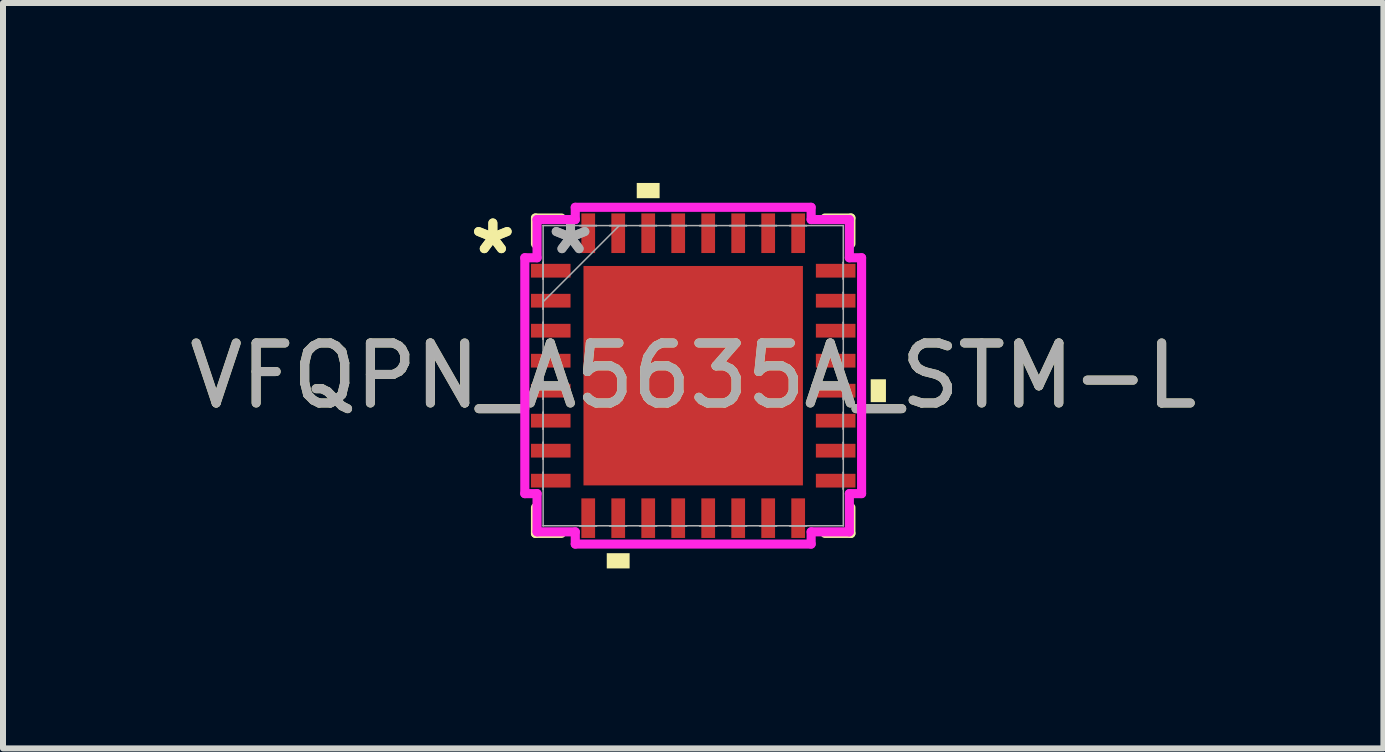
<source format=kicad_pcb>
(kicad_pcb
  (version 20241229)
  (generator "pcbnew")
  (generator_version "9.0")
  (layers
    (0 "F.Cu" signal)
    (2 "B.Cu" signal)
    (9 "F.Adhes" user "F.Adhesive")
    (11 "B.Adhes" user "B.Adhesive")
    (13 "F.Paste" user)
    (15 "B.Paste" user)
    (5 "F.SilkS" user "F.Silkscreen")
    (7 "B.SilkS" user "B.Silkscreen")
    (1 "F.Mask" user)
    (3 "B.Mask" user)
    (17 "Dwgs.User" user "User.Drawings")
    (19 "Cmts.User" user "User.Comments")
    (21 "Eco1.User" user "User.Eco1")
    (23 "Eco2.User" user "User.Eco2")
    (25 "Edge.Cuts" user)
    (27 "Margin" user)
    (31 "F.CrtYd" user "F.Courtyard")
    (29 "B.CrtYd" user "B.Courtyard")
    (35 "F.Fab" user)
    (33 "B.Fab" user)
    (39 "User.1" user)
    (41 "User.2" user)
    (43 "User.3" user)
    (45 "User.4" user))
  (footprint "VFQPN_A5635A_STM-L"
    (layer "F.Cu")
    (at 8.506 3.213)
    (property "Reference" "VFQPN_A5635A_STM-L" (at 0 0 0) (unlocked yes) (layer "F.SilkS") (effects (font (size 1 1) (thickness 0.15))))
    (attr smd)
    (fp_line (start -2.629 -2.629) (end -2.629 -2.197) (stroke (width 0.152) (type solid)) (layer "F.SilkS"))
    (fp_line (start -2.629 2.197) (end -2.629 2.629) (stroke (width 0.152) (type solid)) (layer "F.SilkS"))
    (fp_line (start -2.629 2.629) (end -2.197 2.629) (stroke (width 0.152) (type solid)) (layer "F.SilkS"))
    (fp_line (start -2.197 -2.629) (end -2.629 -2.629) (stroke (width 0.152) (type solid)) (layer "F.SilkS"))
    (fp_line (start 2.197 2.629) (end 2.629 2.629) (stroke (width 0.152) (type solid)) (layer "F.SilkS"))
    (fp_line (start 2.629 -2.629) (end 2.197 -2.629) (stroke (width 0.152) (type solid)) (layer "F.SilkS"))
    (fp_line (start 2.629 -2.197) (end 2.629 -2.629) (stroke (width 0.152) (type solid)) (layer "F.SilkS"))
    (fp_line (start 2.629 2.629) (end 2.629 2.197) (stroke (width 0.152) (type solid)) (layer "F.SilkS"))
    (fp_poly (pts (xy -1.441 2.959) (xy -1.441 3.213) (xy -1.06 3.213) (xy -1.06 2.959)) (stroke (width 0) (type solid)) (fill yes) (layer "F.SilkS"))
    (fp_poly (pts (xy -0.941 -2.959) (xy -0.941 -3.213) (xy -0.56 -3.213) (xy -0.56 -2.959)) (stroke (width 0) (type solid)) (fill yes) (layer "F.SilkS"))
    (fp_poly (pts (xy 3.213 0.06) (xy 3.213 0.441) (xy 2.959 0.441) (xy 2.959 0.06)) (stroke (width 0) (type solid)) (fill yes) (layer "F.SilkS"))
    (fp_poly (pts (xy -1.729 -1.729) (xy -1.729 -0.1) (xy -0.1 -0.1) (xy -0.1 -1.729)) (stroke (width 0) (type solid)) (fill yes) (layer "F.Paste"))
    (fp_poly (pts (xy -1.729 0.1) (xy -1.729 1.729) (xy -0.1 1.729) (xy -0.1 0.1)) (stroke (width 0) (type solid)) (fill yes) (layer "F.Paste"))
    (fp_poly (pts (xy 0.1 -1.729) (xy 0.1 -0.1) (xy 1.729 -0.1) (xy 1.729 -1.729)) (stroke (width 0) (type solid)) (fill yes) (layer "F.Paste"))
    (fp_poly (pts (xy 0.1 0.1) (xy 0.1 1.729) (xy 1.729 1.729) (xy 1.729 0.1)) (stroke (width 0) (type solid)) (fill yes) (layer "F.Paste"))
    (fp_line (start -2.807 -1.966) (end -2.603 -1.966) (stroke (width 0.152) (type solid)) (layer "F.CrtYd"))
    (fp_line (start -2.807 1.966) (end -2.807 -1.966) (stroke (width 0.152) (type solid)) (layer "F.CrtYd"))
    (fp_line (start -2.603 -2.603) (end -1.966 -2.603) (stroke (width 0.152) (type solid)) (layer "F.CrtYd"))
    (fp_line (start -2.603 -1.966) (end -2.603 -2.603) (stroke (width 0.152) (type solid)) (layer "F.CrtYd"))
    (fp_line (start -2.603 1.966) (end -2.807 1.966) (stroke (width 0.152) (type solid)) (layer "F.CrtYd"))
    (fp_line (start -2.603 2.603) (end -2.603 1.966) (stroke (width 0.152) (type solid)) (layer "F.CrtYd"))
    (fp_line (start -1.966 -2.807) (end 1.966 -2.807) (stroke (width 0.152) (type solid)) (layer "F.CrtYd"))
    (fp_line (start -1.966 -2.603) (end -1.966 -2.807) (stroke (width 0.152) (type solid)) (layer "F.CrtYd"))
    (fp_line (start -1.966 2.603) (end -2.603 2.603) (stroke (width 0.152) (type solid)) (layer "F.CrtYd"))
    (fp_line (start -1.966 2.807) (end -1.966 2.603) (stroke (width 0.152) (type solid)) (layer "F.CrtYd"))
    (fp_line (start 1.966 -2.807) (end 1.966 -2.603) (stroke (width 0.152) (type solid)) (layer "F.CrtYd"))
    (fp_line (start 1.966 -2.603) (end 2.603 -2.603) (stroke (width 0.152) (type solid)) (layer "F.CrtYd"))
    (fp_line (start 1.966 2.603) (end 1.966 2.807) (stroke (width 0.152) (type solid)) (layer "F.CrtYd"))
    (fp_line (start 1.966 2.807) (end -1.966 2.807) (stroke (width 0.152) (type solid)) (layer "F.CrtYd"))
    (fp_line (start 2.603 -2.603) (end 2.603 -1.966) (stroke (width 0.152) (type solid)) (layer "F.CrtYd"))
    (fp_line (start 2.603 -1.966) (end 2.807 -1.966) (stroke (width 0.152) (type solid)) (layer "F.CrtYd"))
    (fp_line (start 2.603 1.966) (end 2.603 2.603) (stroke (width 0.152) (type solid)) (layer "F.CrtYd"))
    (fp_line (start 2.603 2.603) (end 1.966 2.603) (stroke (width 0.152) (type solid)) (layer "F.CrtYd"))
    (fp_line (start 2.807 -1.966) (end 2.807 1.966) (stroke (width 0.152) (type solid)) (layer "F.CrtYd"))
    (fp_line (start 2.807 1.966) (end 2.603 1.966) (stroke (width 0.152) (type solid)) (layer "F.CrtYd"))
    (fp_line (start -2.502 -2.502) (end -2.502 -2.502) (stroke (width 0.025) (type solid)) (layer "F.Fab"))
    (fp_line (start -2.502 -2.502) (end -2.502 2.502) (stroke (width 0.025) (type solid)) (layer "F.Fab"))
    (fp_line (start -2.502 -1.89) (end -2.502 -1.89) (stroke (width 0.025) (type solid)) (layer "F.Fab"))
    (fp_line (start -2.502 -1.89) (end -2.502 -1.611) (stroke (width 0.025) (type solid)) (layer "F.Fab"))
    (fp_line (start -2.502 -1.611) (end -2.502 -1.89) (stroke (width 0.025) (type solid)) (layer "F.Fab"))
    (fp_line (start -2.502 -1.611) (end -2.502 -1.611) (stroke (width 0.025) (type solid)) (layer "F.Fab"))
    (fp_line (start -2.502 -1.39) (end -2.502 -1.39) (stroke (width 0.025) (type solid)) (layer "F.Fab"))
    (fp_line (start -2.502 -1.39) (end -2.502 -1.111) (stroke (width 0.025) (type solid)) (layer "F.Fab"))
    (fp_line (start -2.502 -1.232) (end -1.232 -2.502) (stroke (width 0.025) (type solid)) (layer "F.Fab"))
    (fp_line (start -2.502 -1.111) (end -2.502 -1.39) (stroke (width 0.025) (type solid)) (layer "F.Fab"))
    (fp_line (start -2.502 -1.111) (end -2.502 -1.111) (stroke (width 0.025) (type solid)) (layer "F.Fab"))
    (fp_line (start -2.502 -0.89) (end -2.502 -0.89) (stroke (width 0.025) (type solid)) (layer "F.Fab"))
    (fp_line (start -2.502 -0.89) (end -2.502 -0.61) (stroke (width 0.025) (type solid)) (layer "F.Fab"))
    (fp_line (start -2.502 -0.61) (end -2.502 -0.89) (stroke (width 0.025) (type solid)) (layer "F.Fab"))
    (fp_line (start -2.502 -0.61) (end -2.502 -0.61) (stroke (width 0.025) (type solid)) (layer "F.Fab"))
    (fp_line (start -2.502 -0.39) (end -2.502 -0.39) (stroke (width 0.025) (type solid)) (layer "F.Fab"))
    (fp_line (start -2.502 -0.39) (end -2.502 -0.11) (stroke (width 0.025) (type solid)) (layer "F.Fab"))
    (fp_line (start -2.502 -0.11) (end -2.502 -0.39) (stroke (width 0.025) (type solid)) (layer "F.Fab"))
    (fp_line (start -2.502 -0.11) (end -2.502 -0.11) (stroke (width 0.025) (type solid)) (layer "F.Fab"))
    (fp_line (start -2.502 0.11) (end -2.502 0.11) (stroke (width 0.025) (type solid)) (layer "F.Fab"))
    (fp_line (start -2.502 0.11) (end -2.502 0.39) (stroke (width 0.025) (type solid)) (layer "F.Fab"))
    (fp_line (start -2.502 0.39) (end -2.502 0.11) (stroke (width 0.025) (type solid)) (layer "F.Fab"))
    (fp_line (start -2.502 0.39) (end -2.502 0.39) (stroke (width 0.025) (type solid)) (layer "F.Fab"))
    (fp_line (start -2.502 0.61) (end -2.502 0.61) (stroke (width 0.025) (type solid)) (layer "F.Fab"))
    (fp_line (start -2.502 0.61) (end -2.502 0.89) (stroke (width 0.025) (type solid)) (layer "F.Fab"))
    (fp_line (start -2.502 0.89) (end -2.502 0.61) (stroke (width 0.025) (type solid)) (layer "F.Fab"))
    (fp_line (start -2.502 0.89) (end -2.502 0.89) (stroke (width 0.025) (type solid)) (layer "F.Fab"))
    (fp_line (start -2.502 1.111) (end -2.502 1.111) (stroke (width 0.025) (type solid)) (layer "F.Fab"))
    (fp_line (start -2.502 1.111) (end -2.502 1.39) (stroke (width 0.025) (type solid)) (layer "F.Fab"))
    (fp_line (start -2.502 1.39) (end -2.502 1.111) (stroke (width 0.025) (type solid)) (layer "F.Fab"))
    (fp_line (start -2.502 1.39) (end -2.502 1.39) (stroke (width 0.025) (type solid)) (layer "F.Fab"))
    (fp_line (start -2.502 1.611) (end -2.502 1.611) (stroke (width 0.025) (type solid)) (layer "F.Fab"))
    (fp_line (start -2.502 1.611) (end -2.502 1.89) (stroke (width 0.025) (type solid)) (layer "F.Fab"))
    (fp_line (start -2.502 1.89) (end -2.502 1.611) (stroke (width 0.025) (type solid)) (layer "F.Fab"))
    (fp_line (start -2.502 1.89) (end -2.502 1.89) (stroke (width 0.025) (type solid)) (layer "F.Fab"))
    (fp_line (start -2.502 2.502) (end -2.502 2.502) (stroke (width 0.025) (type solid)) (layer "F.Fab"))
    (fp_line (start -2.502 2.502) (end 2.502 2.502) (stroke (width 0.025) (type solid)) (layer "F.Fab"))
    (fp_line (start -1.89 -2.502) (end -1.89 -2.502) (stroke (width 0.025) (type solid)) (layer "F.Fab"))
    (fp_line (start -1.89 -2.502) (end -1.611 -2.502) (stroke (width 0.025) (type solid)) (layer "F.Fab"))
    (fp_line (start -1.89 2.502) (end -1.89 2.502) (stroke (width 0.025) (type solid)) (layer "F.Fab"))
    (fp_line (start -1.89 2.502) (end -1.611 2.502) (stroke (width 0.025) (type solid)) (layer "F.Fab"))
    (fp_line (start -1.611 -2.502) (end -1.89 -2.502) (stroke (width 0.025) (type solid)) (layer "F.Fab"))
    (fp_line (start -1.611 -2.502) (end -1.611 -2.502) (stroke (width 0.025) (type solid)) (layer "F.Fab"))
    (fp_line (start -1.611 2.502) (end -1.89 2.502) (stroke (width 0.025) (type solid)) (layer "F.Fab"))
    (fp_line (start -1.611 2.502) (end -1.611 2.502) (stroke (width 0.025) (type solid)) (layer "F.Fab"))
    (fp_line (start -1.39 -2.502) (end -1.39 -2.502) (stroke (width 0.025) (type solid)) (layer "F.Fab"))
    (fp_line (start -1.39 -2.502) (end -1.111 -2.502) (stroke (width 0.025) (type solid)) (layer "F.Fab"))
    (fp_line (start -1.39 2.502) (end -1.39 2.502) (stroke (width 0.025) (type solid)) (layer "F.Fab"))
    (fp_line (start -1.39 2.502) (end -1.111 2.502) (stroke (width 0.025) (type solid)) (layer "F.Fab"))
    (fp_line (start -1.111 -2.502) (end -1.39 -2.502) (stroke (width 0.025) (type solid)) (layer "F.Fab"))
    (fp_line (start -1.111 -2.502) (end -1.111 -2.502) (stroke (width 0.025) (type solid)) (layer "F.Fab"))
    (fp_line (start -1.111 2.502) (end -1.39 2.502) (stroke (width 0.025) (type solid)) (layer "F.Fab"))
    (fp_line (start -1.111 2.502) (end -1.111 2.502) (stroke (width 0.025) (type solid)) (layer "F.Fab"))
    (fp_line (start -0.89 -2.502) (end -0.89 -2.502) (stroke (width 0.025) (type solid)) (layer "F.Fab"))
    (fp_line (start -0.89 -2.502) (end -0.61 -2.502) (stroke (width 0.025) (type solid)) (layer "F.Fab"))
    (fp_line (start -0.89 2.502) (end -0.89 2.502) (stroke (width 0.025) (type solid)) (layer "F.Fab"))
    (fp_line (start -0.89 2.502) (end -0.61 2.502) (stroke (width 0.025) (type solid)) (layer "F.Fab"))
    (fp_line (start -0.61 -2.502) (end -0.89 -2.502) (stroke (width 0.025) (type solid)) (layer "F.Fab"))
    (fp_line (start -0.61 -2.502) (end -0.61 -2.502) (stroke (width 0.025) (type solid)) (layer "F.Fab"))
    (fp_line (start -0.61 2.502) (end -0.89 2.502) (stroke (width 0.025) (type solid)) (layer "F.Fab"))
    (fp_line (start -0.61 2.502) (end -0.61 2.502) (stroke (width 0.025) (type solid)) (layer "F.Fab"))
    (fp_line (start -0.39 -2.502) (end -0.39 -2.502) (stroke (width 0.025) (type solid)) (layer "F.Fab"))
    (fp_line (start -0.39 -2.502) (end -0.11 -2.502) (stroke (width 0.025) (type solid)) (layer "F.Fab"))
    (fp_line (start -0.39 2.502) (end -0.39 2.502) (stroke (width 0.025) (type solid)) (layer "F.Fab"))
    (fp_line (start -0.39 2.502) (end -0.11 2.502) (stroke (width 0.025) (type solid)) (layer "F.Fab"))
    (fp_line (start -0.11 -2.502) (end -0.39 -2.502) (stroke (width 0.025) (type solid)) (layer "F.Fab"))
    (fp_line (start -0.11 -2.502) (end -0.11 -2.502) (stroke (width 0.025) (type solid)) (layer "F.Fab"))
    (fp_line (start -0.11 2.502) (end -0.39 2.502) (stroke (width 0.025) (type solid)) (layer "F.Fab"))
    (fp_line (start -0.11 2.502) (end -0.11 2.502) (stroke (width 0.025) (type solid)) (layer "F.Fab"))
    (fp_line (start 0.11 -2.502) (end 0.11 -2.502) (stroke (width 0.025) (type solid)) (layer "F.Fab"))
    (fp_line (start 0.11 -2.502) (end 0.39 -2.502) (stroke (width 0.025) (type solid)) (layer "F.Fab"))
    (fp_line (start 0.11 2.502) (end 0.11 2.502) (stroke (width 0.025) (type solid)) (layer "F.Fab"))
    (fp_line (start 0.11 2.502) (end 0.39 2.502) (stroke (width 0.025) (type solid)) (layer "F.Fab"))
    (fp_line (start 0.39 -2.502) (end 0.11 -2.502) (stroke (width 0.025) (type solid)) (layer "F.Fab"))
    (fp_line (start 0.39 -2.502) (end 0.39 -2.502) (stroke (width 0.025) (type solid)) (layer "F.Fab"))
    (fp_line (start 0.39 2.502) (end 0.11 2.502) (stroke (width 0.025) (type solid)) (layer "F.Fab"))
    (fp_line (start 0.39 2.502) (end 0.39 2.502) (stroke (width 0.025) (type solid)) (layer "F.Fab"))
    (fp_line (start 0.61 -2.502) (end 0.61 -2.502) (stroke (width 0.025) (type solid)) (layer "F.Fab"))
    (fp_line (start 0.61 -2.502) (end 0.89 -2.502) (stroke (width 0.025) (type solid)) (layer "F.Fab"))
    (fp_line (start 0.61 2.502) (end 0.61 2.502) (stroke (width 0.025) (type solid)) (layer "F.Fab"))
    (fp_line (start 0.61 2.502) (end 0.89 2.502) (stroke (width 0.025) (type solid)) (layer "F.Fab"))
    (fp_line (start 0.89 -2.502) (end 0.61 -2.502) (stroke (width 0.025) (type solid)) (layer "F.Fab"))
    (fp_line (start 0.89 -2.502) (end 0.89 -2.502) (stroke (width 0.025) (type solid)) (layer "F.Fab"))
    (fp_line (start 0.89 2.502) (end 0.61 2.502) (stroke (width 0.025) (type solid)) (layer "F.Fab"))
    (fp_line (start 0.89 2.502) (end 0.89 2.502) (stroke (width 0.025) (type solid)) (layer "F.Fab"))
    (fp_line (start 1.111 -2.502) (end 1.111 -2.502) (stroke (width 0.025) (type solid)) (layer "F.Fab"))
    (fp_line (start 1.111 -2.502) (end 1.39 -2.502) (stroke (width 0.025) (type solid)) (layer "F.Fab"))
    (fp_line (start 1.111 2.502) (end 1.111 2.502) (stroke (width 0.025) (type solid)) (layer "F.Fab"))
    (fp_line (start 1.111 2.502) (end 1.39 2.502) (stroke (width 0.025) (type solid)) (layer "F.Fab"))
    (fp_line (start 1.39 -2.502) (end 1.111 -2.502) (stroke (width 0.025) (type solid)) (layer "F.Fab"))
    (fp_line (start 1.39 -2.502) (end 1.39 -2.502) (stroke (width 0.025) (type solid)) (layer "F.Fab"))
    (fp_line (start 1.39 2.502) (end 1.111 2.502) (stroke (width 0.025) (type solid)) (layer "F.Fab"))
    (fp_line (start 1.39 2.502) (end 1.39 2.502) (stroke (width 0.025) (type solid)) (layer "F.Fab"))
    (fp_line (start 1.611 -2.502) (end 1.611 -2.502) (stroke (width 0.025) (type solid)) (layer "F.Fab"))
    (fp_line (start 1.611 -2.502) (end 1.89 -2.502) (stroke (width 0.025) (type solid)) (layer "F.Fab"))
    (fp_line (start 1.611 2.502) (end 1.611 2.502) (stroke (width 0.025) (type solid)) (layer "F.Fab"))
    (fp_line (start 1.611 2.502) (end 1.89 2.502) (stroke (width 0.025) (type solid)) (layer "F.Fab"))
    (fp_line (start 1.89 -2.502) (end 1.611 -2.502) (stroke (width 0.025) (type solid)) (layer "F.Fab"))
    (fp_line (start 1.89 -2.502) (end 1.89 -2.502) (stroke (width 0.025) (type solid)) (layer "F.Fab"))
    (fp_line (start 1.89 2.502) (end 1.611 2.502) (stroke (width 0.025) (type solid)) (layer "F.Fab"))
    (fp_line (start 1.89 2.502) (end 1.89 2.502) (stroke (width 0.025) (type solid)) (layer "F.Fab"))
    (fp_line (start 2.502 -2.502) (end -2.502 -2.502) (stroke (width 0.025) (type solid)) (layer "F.Fab"))
    (fp_line (start 2.502 -2.502) (end 2.502 -2.502) (stroke (width 0.025) (type solid)) (layer "F.Fab"))
    (fp_line (start 2.502 -1.89) (end 2.502 -1.89) (stroke (width 0.025) (type solid)) (layer "F.Fab"))
    (fp_line (start 2.502 -1.89) (end 2.502 -1.611) (stroke (width 0.025) (type solid)) (layer "F.Fab"))
    (fp_line (start 2.502 -1.611) (end 2.502 -1.89) (stroke (width 0.025) (type solid)) (layer "F.Fab"))
    (fp_line (start 2.502 -1.611) (end 2.502 -1.611) (stroke (width 0.025) (type solid)) (layer "F.Fab"))
    (fp_line (start 2.502 -1.39) (end 2.502 -1.39) (stroke (width 0.025) (type solid)) (layer "F.Fab"))
    (fp_line (start 2.502 -1.39) (end 2.502 -1.111) (stroke (width 0.025) (type solid)) (layer "F.Fab"))
    (fp_line (start 2.502 -1.111) (end 2.502 -1.39) (stroke (width 0.025) (type solid)) (layer "F.Fab"))
    (fp_line (start 2.502 -1.111) (end 2.502 -1.111) (stroke (width 0.025) (type solid)) (layer "F.Fab"))
    (fp_line (start 2.502 -0.89) (end 2.502 -0.89) (stroke (width 0.025) (type solid)) (layer "F.Fab"))
    (fp_line (start 2.502 -0.89) (end 2.502 -0.61) (stroke (width 0.025) (type solid)) (layer "F.Fab"))
    (fp_line (start 2.502 -0.61) (end 2.502 -0.89) (stroke (width 0.025) (type solid)) (layer "F.Fab"))
    (fp_line (start 2.502 -0.61) (end 2.502 -0.61) (stroke (width 0.025) (type solid)) (layer "F.Fab"))
    (fp_line (start 2.502 -0.39) (end 2.502 -0.39) (stroke (width 0.025) (type solid)) (layer "F.Fab"))
    (fp_line (start 2.502 -0.39) (end 2.502 -0.11) (stroke (width 0.025) (type solid)) (layer "F.Fab"))
    (fp_line (start 2.502 -0.11) (end 2.502 -0.39) (stroke (width 0.025) (type solid)) (layer "F.Fab"))
    (fp_line (start 2.502 -0.11) (end 2.502 -0.11) (stroke (width 0.025) (type solid)) (layer "F.Fab"))
    (fp_line (start 2.502 0.11) (end 2.502 0.11) (stroke (width 0.025) (type solid)) (layer "F.Fab"))
    (fp_line (start 2.502 0.11) (end 2.502 0.39) (stroke (width 0.025) (type solid)) (layer "F.Fab"))
    (fp_line (start 2.502 0.39) (end 2.502 0.11) (stroke (width 0.025) (type solid)) (layer "F.Fab"))
    (fp_line (start 2.502 0.39) (end 2.502 0.39) (stroke (width 0.025) (type solid)) (layer "F.Fab"))
    (fp_line (start 2.502 0.61) (end 2.502 0.61) (stroke (width 0.025) (type solid)) (layer "F.Fab"))
    (fp_line (start 2.502 0.61) (end 2.502 0.89) (stroke (width 0.025) (type solid)) (layer "F.Fab"))
    (fp_line (start 2.502 0.89) (end 2.502 0.61) (stroke (width 0.025) (type solid)) (layer "F.Fab"))
    (fp_line (start 2.502 0.89) (end 2.502 0.89) (stroke (width 0.025) (type solid)) (layer "F.Fab"))
    (fp_line (start 2.502 1.111) (end 2.502 1.111) (stroke (width 0.025) (type solid)) (layer "F.Fab"))
    (fp_line (start 2.502 1.111) (end 2.502 1.39) (stroke (width 0.025) (type solid)) (layer "F.Fab"))
    (fp_line (start 2.502 1.39) (end 2.502 1.111) (stroke (width 0.025) (type solid)) (layer "F.Fab"))
    (fp_line (start 2.502 1.39) (end 2.502 1.39) (stroke (width 0.025) (type solid)) (layer "F.Fab"))
    (fp_line (start 2.502 1.611) (end 2.502 1.611) (stroke (width 0.025) (type solid)) (layer "F.Fab"))
    (fp_line (start 2.502 1.611) (end 2.502 1.89) (stroke (width 0.025) (type solid)) (layer "F.Fab"))
    (fp_line (start 2.502 1.89) (end 2.502 1.611) (stroke (width 0.025) (type solid)) (layer "F.Fab"))
    (fp_line (start 2.502 1.89) (end 2.502 1.89) (stroke (width 0.025) (type solid)) (layer "F.Fab"))
    (fp_line (start 2.502 2.502) (end 2.502 -2.502) (stroke (width 0.025) (type solid)) (layer "F.Fab"))
    (fp_line (start 2.502 2.502) (end 2.502 2.502) (stroke (width 0.025) (type solid)) (layer "F.Fab"))
    (fp_text user "*" (at -3.34 -2.001 0) (unlocked yes) (layer "F.SilkS") (effects (font (size 1 1) (thickness 0.15))))
    (fp_text user "*" (at -3.34 -2.001 0) (layer "F.SilkS") (effects (font (size 1 1) (thickness 0.15))))
    (fp_text user "*" (at -2.045 -2.001 0) (layer "F.Fab") (effects (font (size 1 1) (thickness 0.15))))
    (fp_text user "*" (at -2.045 -2.001 0) (unlocked yes) (layer "F.Fab") (effects (font (size 1 1) (thickness 0.15))))
    (fp_text user "${REFERENCE}" (at 0 0 0) (unlocked yes) (layer "F.Fab") (effects (font (size 1 1) (thickness 0.15))))
    (pad "1" smd rect (at -2.375 -1.75 90) (size 0.229 0.66) (layers "F.Cu" "F.Mask" "F.Paste"))
    (pad "2" smd rect (at -2.375 -1.25 90) (size 0.229 0.66) (layers "F.Cu" "F.Mask" "F.Paste"))
    (pad "3" smd rect (at -2.375 -0.75 90) (size 0.229 0.66) (layers "F.Cu" "F.Mask" "F.Paste"))
    (pad "4" smd rect (at -2.375 -0.25 90) (size 0.229 0.66) (layers "F.Cu" "F.Mask" "F.Paste"))
    (pad "5" smd rect (at -2.375 0.25 90) (size 0.229 0.66) (layers "F.Cu" "F.Mask" "F.Paste"))
    (pad "6" smd rect (at -2.375 0.75 90) (size 0.229 0.66) (layers "F.Cu" "F.Mask" "F.Paste"))
    (pad "7" smd rect (at -2.375 1.25 90) (size 0.229 0.66) (layers "F.Cu" "F.Mask" "F.Paste"))
    (pad "8" smd rect (at -2.375 1.75 90) (size 0.229 0.66) (layers "F.Cu" "F.Mask" "F.Paste"))
    (pad "9" smd rect (at -1.75 2.375) (size 0.229 0.66) (layers "F.Cu" "F.Mask" "F.Paste"))
    (pad "10" smd rect (at -1.25 2.375) (size 0.229 0.66) (layers "F.Cu" "F.Mask" "F.Paste"))
    (pad "11" smd rect (at -0.75 2.375) (size 0.229 0.66) (layers "F.Cu" "F.Mask" "F.Paste"))
    (pad "12" smd rect (at -0.25 2.375) (size 0.229 0.66) (layers "F.Cu" "F.Mask" "F.Paste"))
    (pad "13" smd rect (at 0.25 2.375) (size 0.229 0.66) (layers "F.Cu" "F.Mask" "F.Paste"))
    (pad "14" smd rect (at 0.75 2.375) (size 0.229 0.66) (layers "F.Cu" "F.Mask" "F.Paste"))
    (pad "15" smd rect (at 1.25 2.375) (size 0.229 0.66) (layers "F.Cu" "F.Mask" "F.Paste"))
    (pad "16" smd rect (at 1.75 2.375) (size 0.229 0.66) (layers "F.Cu" "F.Mask" "F.Paste"))
    (pad "17" smd rect (at 2.375 1.75 90) (size 0.229 0.66) (layers "F.Cu" "F.Mask" "F.Paste"))
    (pad "18" smd rect (at 2.375 1.25 90) (size 0.229 0.66) (layers "F.Cu" "F.Mask" "F.Paste"))
    (pad "19" smd rect (at 2.375 0.75 90) (size 0.229 0.66) (layers "F.Cu" "F.Mask" "F.Paste"))
    (pad "20" smd rect (at 2.375 0.25 90) (size 0.229 0.66) (layers "F.Cu" "F.Mask" "F.Paste"))
    (pad "21" smd rect (at 2.375 -0.25 90) (size 0.229 0.66) (layers "F.Cu" "F.Mask" "F.Paste"))
    (pad "22" smd rect (at 2.375 -0.75 90) (size 0.229 0.66) (layers "F.Cu" "F.Mask" "F.Paste"))
    (pad "23" smd rect (at 2.375 -1.25 90) (size 0.229 0.66) (layers "F.Cu" "F.Mask" "F.Paste"))
    (pad "24" smd rect (at 2.375 -1.75 90) (size 0.229 0.66) (layers "F.Cu" "F.Mask" "F.Paste"))
    (pad "25" smd rect (at 1.75 -2.375) (size 0.229 0.66) (layers "F.Cu" "F.Mask" "F.Paste"))
    (pad "26" smd rect (at 1.25 -2.375) (size 0.229 0.66) (layers "F.Cu" "F.Mask" "F.Paste"))
    (pad "27" smd rect (at 0.75 -2.375) (size 0.229 0.66) (layers "F.Cu" "F.Mask" "F.Paste"))
    (pad "28" smd rect (at 0.25 -2.375) (size 0.229 0.66) (layers "F.Cu" "F.Mask" "F.Paste"))
    (pad "29" smd rect (at -0.25 -2.375) (size 0.229 0.66) (layers "F.Cu" "F.Mask" "F.Paste"))
    (pad "30" smd rect (at -0.75 -2.375) (size 0.229 0.66) (layers "F.Cu" "F.Mask" "F.Paste"))
    (pad "31" smd rect (at -1.25 -2.375) (size 0.229 0.66) (layers "F.Cu" "F.Mask" "F.Paste"))
    (pad "32" smd rect (at -1.75 -2.375) (size 0.229 0.66) (layers "F.Cu" "F.Mask" "F.Paste"))
    (pad "33" smd rect (at 0 0) (size 3.658 3.658) (layers "F.Cu" "F.Mask" "F.Paste")))
  (gr_rect
    (start -3 -3)
    (end 20.012 9.426)
    (stroke (width 0.1) (type default))
    (fill no)
    (layer "Edge.Cuts")))
</source>
